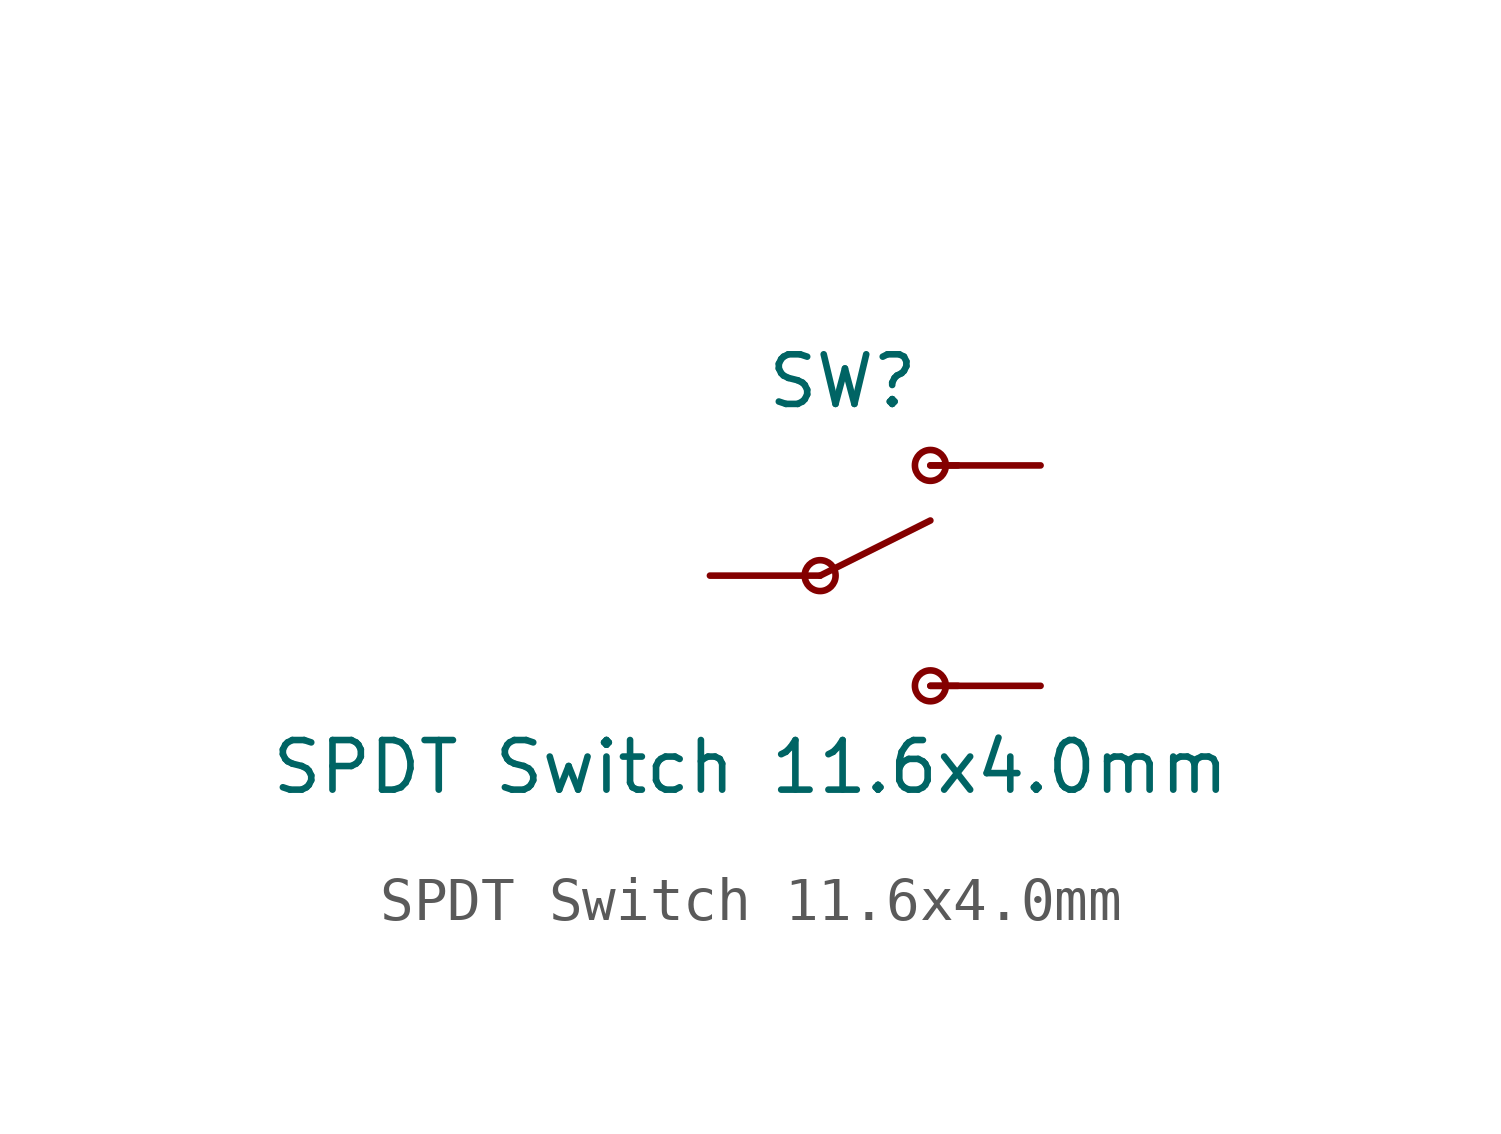
<source format=kicad_sym>
(kicad_symbol_lib
  (version 20231120)
  (generator "kicad_symbol_editor")
  (generator_version "8.0")
  (symbol "SPDT Switch 11.6x4.0mm"
    (pin_numbers hide)
    (pin_names
      (offset 1.016) hide)
    (property "Reference" "SW"
      (at -1.27 3.81 0)
      (effects (font (size 1.143 1.143)) (justify left bottom)))
    (property "Value" "SPDT Switch 11.6x4.0mm"
      (at -12.7 -5.08 0)
      (effects (font (size 1.143 1.143)) (justify left bottom)))
    (property "Description" ""
      (at 0 7.62 0)
      (effects (font (size 1.524 1.524))))
    (symbol "SPDT Switch 11.6x4.0mm_1_0"
      (polyline (pts (xy 0 0) (xy 2.54 1.27)) (stroke (width 0) (type solid)) (fill (type none)))
      (polyline (pts (xy 2.54 -2.54) (xy 3.175 -2.54)) (stroke (width 0) (type solid)) (fill (type none)))
      (polyline (pts (xy 2.54 2.54) (xy 3.175 2.54)) (stroke (width 0) (type solid)) (fill (type none))))
    (symbol "SPDT Switch 11.6x4.0mm_1_1"
      (circle (center 0 0) (radius 0.356) (stroke (width 0) (type solid)) (fill (type none)))
      (circle (center 2.54 -2.54) (radius 0.356) (stroke (width 0) (type solid)) (fill (type none)))
      (circle (center 2.54 2.54) (radius 0.356) (stroke (width 0) (type solid)) (fill (type none)))
      (pin passive line (at 5.08 2.54 180) (length 2.54) (name "O" (effects (font (size 1.016 1.016)))) (number "1" (effects (font (size 1.016 1.016)))))
      (pin passive line (at -2.54 0 0) (length 2.54) (name "P" (effects (font (size 1.016 1.016)))) (number "2" (effects (font (size 1.016 1.016)))))
      (pin passive line (at 5.08 -2.54 180) (length 2.54) (name "S" (effects (font (size 1.016 1.016)))) (number "3" (effects (font (size 1.016 1.016))))))))
</source>
